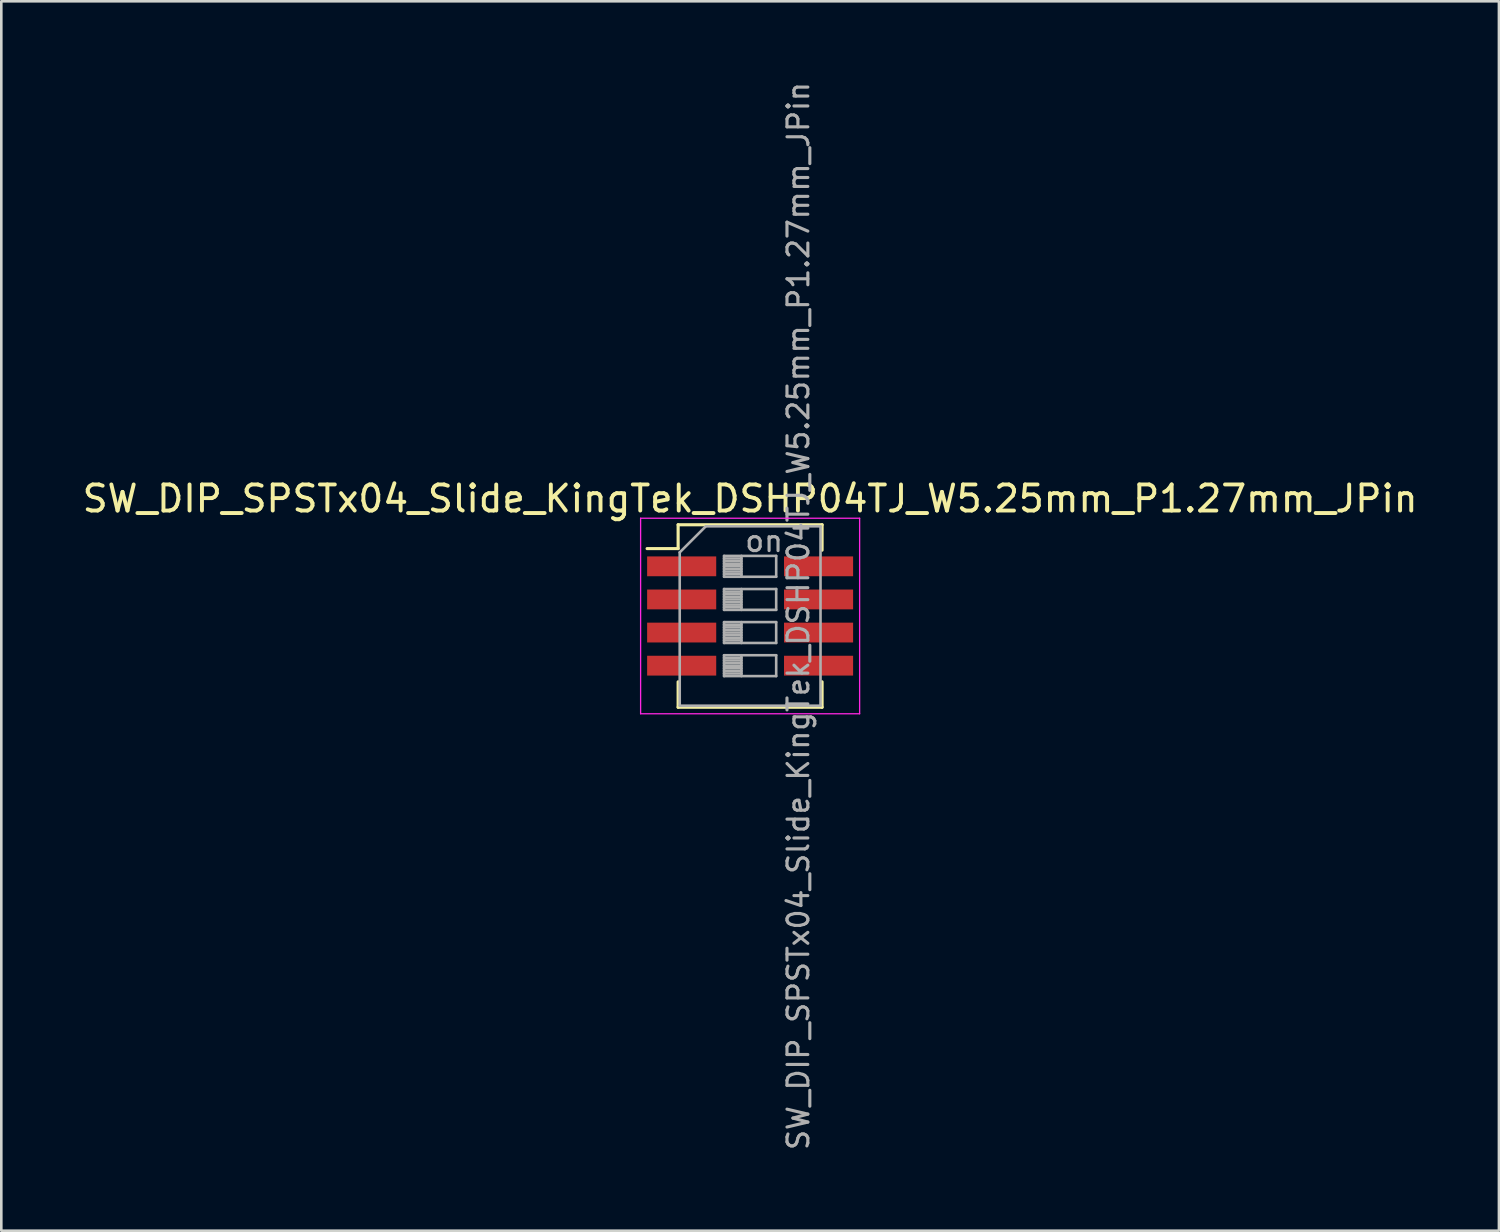
<source format=kicad_pcb>
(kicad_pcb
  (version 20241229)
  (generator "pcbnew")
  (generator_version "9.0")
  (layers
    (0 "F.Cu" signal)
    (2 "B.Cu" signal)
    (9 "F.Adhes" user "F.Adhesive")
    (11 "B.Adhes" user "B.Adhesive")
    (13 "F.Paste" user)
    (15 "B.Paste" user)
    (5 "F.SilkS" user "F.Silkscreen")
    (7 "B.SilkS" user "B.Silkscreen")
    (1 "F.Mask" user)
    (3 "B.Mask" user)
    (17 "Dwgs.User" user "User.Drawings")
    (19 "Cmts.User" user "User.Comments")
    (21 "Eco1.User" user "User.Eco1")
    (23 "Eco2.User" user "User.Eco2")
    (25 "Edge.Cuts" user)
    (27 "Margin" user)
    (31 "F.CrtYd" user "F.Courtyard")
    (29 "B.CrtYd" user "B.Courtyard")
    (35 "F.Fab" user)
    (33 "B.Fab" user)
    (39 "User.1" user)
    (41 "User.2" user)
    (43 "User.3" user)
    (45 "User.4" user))
  (footprint "SW_DIP_SPSTx04_Slide_KingTek_DSHP04TJ_W5.25mm_P1.27mm_JPin"
    (layer "F.Cu")
    (at 25.72 20.576)
    (property "Reference" "SW_DIP_SPSTx04_Slide_KingTek_DSHP04TJ_W5.25mm_P1.27mm_JPin" (at 0 -4.5 0) (layer "F.SilkS") (effects (font (size 1 1) (thickness 0.15))))
    (attr smd)
    (fp_line (start -3.951 -2.585) (end -2.761 -2.585) (stroke (width 0.12) (type solid)) (layer "F.SilkS"))
    (fp_line (start -2.761 -3.5) (end -2.761 -2.585) (stroke (width 0.12) (type solid)) (layer "F.SilkS"))
    (fp_line (start -2.761 -3.5) (end 2.76 -3.5) (stroke (width 0.12) (type solid)) (layer "F.SilkS"))
    (fp_line (start -2.761 2.525) (end -2.761 3.5) (stroke (width 0.12) (type solid)) (layer "F.SilkS"))
    (fp_line (start -2.761 3.5) (end 2.76 3.5) (stroke (width 0.12) (type solid)) (layer "F.SilkS"))
    (fp_line (start 2.76 -3.5) (end 2.76 -2.525) (stroke (width 0.12) (type solid)) (layer "F.SilkS"))
    (fp_line (start 2.76 2.525) (end 2.76 3.5) (stroke (width 0.12) (type solid)) (layer "F.SilkS"))
    (fp_line (start -4.2 -3.75) (end -4.2 3.75) (stroke (width 0.05) (type solid)) (layer "F.CrtYd"))
    (fp_line (start -4.2 3.75) (end 4.2 3.75) (stroke (width 0.05) (type solid)) (layer "F.CrtYd"))
    (fp_line (start 4.2 -3.75) (end -4.2 -3.75) (stroke (width 0.05) (type solid)) (layer "F.CrtYd"))
    (fp_line (start 4.2 3.75) (end 4.2 -3.75) (stroke (width 0.05) (type solid)) (layer "F.CrtYd"))
    (fp_line (start -2.7 -2.44) (end -1.7 -3.44) (stroke (width 0.1) (type solid)) (layer "F.Fab"))
    (fp_line (start -2.7 3.44) (end -2.7 -2.44) (stroke (width 0.1) (type solid)) (layer "F.Fab"))
    (fp_line (start -1.7 -3.44) (end 2.7 -3.44) (stroke (width 0.1) (type solid)) (layer "F.Fab"))
    (fp_line (start -1 -2.305) (end -1 -1.505) (stroke (width 0.1) (type solid)) (layer "F.Fab"))
    (fp_line (start -1 -2.205) (end -0.333 -2.205) (stroke (width 0.1) (type solid)) (layer "F.Fab"))
    (fp_line (start -1 -2.105) (end -0.333 -2.105) (stroke (width 0.1) (type solid)) (layer "F.Fab"))
    (fp_line (start -1 -2.005) (end -0.333 -2.005) (stroke (width 0.1) (type solid)) (layer "F.Fab"))
    (fp_line (start -1 -1.905) (end -0.333 -1.905) (stroke (width 0.1) (type solid)) (layer "F.Fab"))
    (fp_line (start -1 -1.805) (end -0.333 -1.805) (stroke (width 0.1) (type solid)) (layer "F.Fab"))
    (fp_line (start -1 -1.705) (end -0.333 -1.705) (stroke (width 0.1) (type solid)) (layer "F.Fab"))
    (fp_line (start -1 -1.605) (end -0.333 -1.605) (stroke (width 0.1) (type solid)) (layer "F.Fab"))
    (fp_line (start -1 -1.505) (end 1 -1.505) (stroke (width 0.1) (type solid)) (layer "F.Fab"))
    (fp_line (start -1 -1.035) (end -1 -0.235) (stroke (width 0.1) (type solid)) (layer "F.Fab"))
    (fp_line (start -1 -0.935) (end -0.333 -0.935) (stroke (width 0.1) (type solid)) (layer "F.Fab"))
    (fp_line (start -1 -0.835) (end -0.333 -0.835) (stroke (width 0.1) (type solid)) (layer "F.Fab"))
    (fp_line (start -1 -0.735) (end -0.333 -0.735) (stroke (width 0.1) (type solid)) (layer "F.Fab"))
    (fp_line (start -1 -0.635) (end -0.333 -0.635) (stroke (width 0.1) (type solid)) (layer "F.Fab"))
    (fp_line (start -1 -0.535) (end -0.333 -0.535) (stroke (width 0.1) (type solid)) (layer "F.Fab"))
    (fp_line (start -1 -0.435) (end -0.333 -0.435) (stroke (width 0.1) (type solid)) (layer "F.Fab"))
    (fp_line (start -1 -0.335) (end -0.333 -0.335) (stroke (width 0.1) (type solid)) (layer "F.Fab"))
    (fp_line (start -1 -0.235) (end 1 -0.235) (stroke (width 0.1) (type solid)) (layer "F.Fab"))
    (fp_line (start -1 0.235) (end -1 1.035) (stroke (width 0.1) (type solid)) (layer "F.Fab"))
    (fp_line (start -1 0.335) (end -0.333 0.335) (stroke (width 0.1) (type solid)) (layer "F.Fab"))
    (fp_line (start -1 0.435) (end -0.333 0.435) (stroke (width 0.1) (type solid)) (layer "F.Fab"))
    (fp_line (start -1 0.535) (end -0.333 0.535) (stroke (width 0.1) (type solid)) (layer "F.Fab"))
    (fp_line (start -1 0.635) (end -0.333 0.635) (stroke (width 0.1) (type solid)) (layer "F.Fab"))
    (fp_line (start -1 0.735) (end -0.333 0.735) (stroke (width 0.1) (type solid)) (layer "F.Fab"))
    (fp_line (start -1 0.835) (end -0.333 0.835) (stroke (width 0.1) (type solid)) (layer "F.Fab"))
    (fp_line (start -1 0.935) (end -0.333 0.935) (stroke (width 0.1) (type solid)) (layer "F.Fab"))
    (fp_line (start -1 1.035) (end 1 1.035) (stroke (width 0.1) (type solid)) (layer "F.Fab"))
    (fp_line (start -1 1.505) (end -1 2.305) (stroke (width 0.1) (type solid)) (layer "F.Fab"))
    (fp_line (start -1 1.605) (end -0.333 1.605) (stroke (width 0.1) (type solid)) (layer "F.Fab"))
    (fp_line (start -1 1.705) (end -0.333 1.705) (stroke (width 0.1) (type solid)) (layer "F.Fab"))
    (fp_line (start -1 1.805) (end -0.333 1.805) (stroke (width 0.1) (type solid)) (layer "F.Fab"))
    (fp_line (start -1 1.905) (end -0.333 1.905) (stroke (width 0.1) (type solid)) (layer "F.Fab"))
    (fp_line (start -1 2.005) (end -0.333 2.005) (stroke (width 0.1) (type solid)) (layer "F.Fab"))
    (fp_line (start -1 2.105) (end -0.333 2.105) (stroke (width 0.1) (type solid)) (layer "F.Fab"))
    (fp_line (start -1 2.205) (end -0.333 2.205) (stroke (width 0.1) (type solid)) (layer "F.Fab"))
    (fp_line (start -1 2.305) (end 1 2.305) (stroke (width 0.1) (type solid)) (layer "F.Fab"))
    (fp_line (start -0.333 -2.305) (end -0.333 -1.505) (stroke (width 0.1) (type solid)) (layer "F.Fab"))
    (fp_line (start -0.333 -1.035) (end -0.333 -0.235) (stroke (width 0.1) (type solid)) (layer "F.Fab"))
    (fp_line (start -0.333 0.235) (end -0.333 1.035) (stroke (width 0.1) (type solid)) (layer "F.Fab"))
    (fp_line (start -0.333 1.505) (end -0.333 2.305) (stroke (width 0.1) (type solid)) (layer "F.Fab"))
    (fp_line (start 1 -2.305) (end -1 -2.305) (stroke (width 0.1) (type solid)) (layer "F.Fab"))
    (fp_line (start 1 -1.505) (end 1 -2.305) (stroke (width 0.1) (type solid)) (layer "F.Fab"))
    (fp_line (start 1 -1.035) (end -1 -1.035) (stroke (width 0.1) (type solid)) (layer "F.Fab"))
    (fp_line (start 1 -0.235) (end 1 -1.035) (stroke (width 0.1) (type solid)) (layer "F.Fab"))
    (fp_line (start 1 0.235) (end -1 0.235) (stroke (width 0.1) (type solid)) (layer "F.Fab"))
    (fp_line (start 1 1.035) (end 1 0.235) (stroke (width 0.1) (type solid)) (layer "F.Fab"))
    (fp_line (start 1 1.505) (end -1 1.505) (stroke (width 0.1) (type solid)) (layer "F.Fab"))
    (fp_line (start 1 2.305) (end 1 1.505) (stroke (width 0.1) (type solid)) (layer "F.Fab"))
    (fp_line (start 2.7 -3.44) (end 2.7 3.44) (stroke (width 0.1) (type solid)) (layer "F.Fab"))
    (fp_line (start 2.7 3.44) (end -2.7 3.44) (stroke (width 0.1) (type solid)) (layer "F.Fab"))
    (fp_text user "on" (at 0.537 -2.873 0) (layer "F.Fab") (effects (font (size 0.8 0.8) (thickness 0.12))))
    (fp_text user "${REFERENCE}" (at 1.85 0 90) (layer "F.Fab") (effects (font (size 0.8 0.8) (thickness 0.12))))
    (pad "1" smd rect (at -2.625 -1.905) (size 2.65 0.76) (layers "F.Cu" "F.Mask" "F.Paste"))
    (pad "2" smd rect (at -2.625 -0.635) (size 2.65 0.76) (layers "F.Cu" "F.Mask" "F.Paste"))
    (pad "3" smd rect (at -2.625 0.635) (size 2.65 0.76) (layers "F.Cu" "F.Mask" "F.Paste"))
    (pad "4" smd rect (at -2.625 1.905) (size 2.65 0.76) (layers "F.Cu" "F.Mask" "F.Paste"))
    (pad "5" smd rect (at 2.625 1.905) (size 2.65 0.76) (layers "F.Cu" "F.Mask" "F.Paste"))
    (pad "6" smd rect (at 2.625 0.635) (size 2.65 0.76) (layers "F.Cu" "F.Mask" "F.Paste"))
    (pad "7" smd rect (at 2.625 -0.635) (size 2.65 0.76) (layers "F.Cu" "F.Mask" "F.Paste"))
    (pad "8" smd rect (at 2.625 -1.905) (size 2.65 0.76) (layers "F.Cu" "F.Mask" "F.Paste")))
  (gr_rect
    (start -3 -3)
    (end 54.44 44.152)
    (stroke (width 0.1) (type default))
    (fill no)
    (layer "Edge.Cuts")))
</source>
